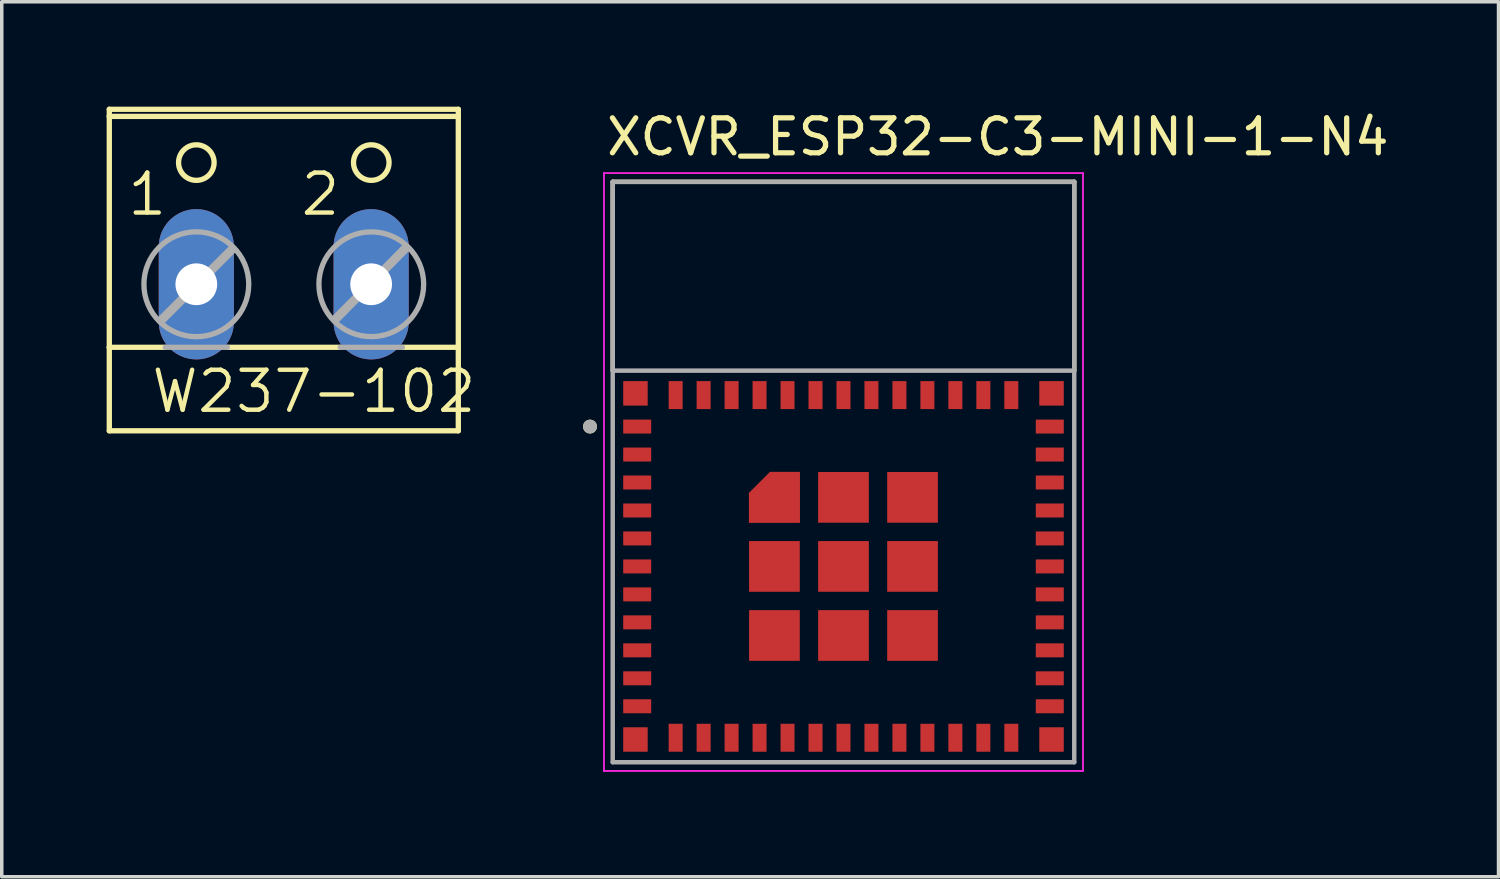
<source format=kicad_pcb>
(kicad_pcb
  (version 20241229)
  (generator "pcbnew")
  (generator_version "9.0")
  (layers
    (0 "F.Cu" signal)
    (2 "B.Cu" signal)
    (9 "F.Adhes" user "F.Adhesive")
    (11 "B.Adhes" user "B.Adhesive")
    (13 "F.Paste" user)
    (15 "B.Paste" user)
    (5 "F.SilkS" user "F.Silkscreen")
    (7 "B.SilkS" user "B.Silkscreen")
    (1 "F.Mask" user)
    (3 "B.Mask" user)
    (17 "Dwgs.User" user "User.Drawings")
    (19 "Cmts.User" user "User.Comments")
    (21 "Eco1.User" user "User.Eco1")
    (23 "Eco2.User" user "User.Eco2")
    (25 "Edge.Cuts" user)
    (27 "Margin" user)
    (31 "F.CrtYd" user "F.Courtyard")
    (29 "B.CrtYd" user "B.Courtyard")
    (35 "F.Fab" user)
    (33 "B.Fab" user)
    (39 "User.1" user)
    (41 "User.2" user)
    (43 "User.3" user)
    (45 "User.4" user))
  (footprint "XCVR_ESP32-C3-MINI-1-N4"
    (layer "F.Cu")
    (at 21.074 10.45)
    (property "Reference" "XCVR_ESP32-C3-MINI-1-N4" (at -6.85 -9 0) (layer "F.SilkS") (effects (font (size 1 1) (thickness 0.15)) (justify left bottom)))
    (fp_poly (pts (xy -1.245 1.455) (xy -2.705 1.455) (xy -2.705 0.598) (xy -2.102 -0.005) (xy -1.245 -0.005)) (stroke (width 0) (type default)) (fill yes) (layer "F.Cu"))
    (fp_poly (pts (xy -1.145 1.555) (xy -2.805 1.555) (xy -2.805 0.558) (xy -2.142 -0.105) (xy -1.145 -0.105)) (stroke (width 0) (type default)) (fill yes) (layer "F.Mask"))
    (fp_line (start -6.6 -8.3) (end 6.6 -8.3) (stroke (width 0.127) (type solid)) (layer "F.SilkS"))
    (fp_line (start -6.6 -2.92) (end -6.6 -8.3) (stroke (width 0.127) (type solid)) (layer "F.SilkS"))
    (fp_line (start 6.6 -8.3) (end 6.6 -2.92) (stroke (width 0.127) (type solid)) (layer "F.SilkS"))
    (fp_circle (center -7.25 -1.3) (end -7.15 -1.3) (stroke (width 0.2) (type solid)) (fill no) (layer "F.SilkS"))
    (fp_poly (pts (xy -1.245 1.455) (xy -2.705 1.455) (xy -2.705 0.598) (xy -2.102 -0.005) (xy -1.245 -0.005)) (stroke (width 0) (type default)) (fill yes) (layer "F.Paste"))
    (fp_line (start -6.85 -8.55) (end -6.85 8.55) (stroke (width 0.05) (type solid)) (layer "F.CrtYd"))
    (fp_line (start -6.85 8.55) (end 6.85 8.55) (stroke (width 0.05) (type solid)) (layer "F.CrtYd"))
    (fp_line (start 6.85 -8.55) (end -6.85 -8.55) (stroke (width 0.05) (type solid)) (layer "F.CrtYd"))
    (fp_line (start 6.85 8.55) (end 6.85 -8.55) (stroke (width 0.05) (type solid)) (layer "F.CrtYd"))
    (fp_line (start -6.6 -8.3) (end 6.6 -8.3) (stroke (width 0.127) (type solid)) (layer "F.Fab"))
    (fp_line (start -6.6 -2.9) (end -6.6 -8.3) (stroke (width 0.127) (type solid)) (layer "F.Fab"))
    (fp_line (start -6.6 -2.9) (end 6.6 -2.9) (stroke (width 0.127) (type solid)) (layer "F.Fab"))
    (fp_line (start -6.6 8.3) (end -6.6 -2.9) (stroke (width 0.127) (type solid)) (layer "F.Fab"))
    (fp_line (start 6.6 -8.3) (end 6.6 -2.9) (stroke (width 0.127) (type solid)) (layer "F.Fab"))
    (fp_line (start 6.6 -2.9) (end 6.6 8.3) (stroke (width 0.127) (type solid)) (layer "F.Fab"))
    (fp_line (start 6.6 8.3) (end -6.6 8.3) (stroke (width 0.127) (type solid)) (layer "F.Fab"))
    (fp_circle (center -7.25 -1.3) (end -7.15 -1.3) (stroke (width 0.2) (type solid)) (fill no) (layer "F.Fab"))
    (pad "1" smd rect (at -5.9 -1.3) (size 0.8 0.4) (layers "F.Cu" "F.Mask" "F.Paste"))
    (pad "2" smd rect (at -5.9 -0.5) (size 0.8 0.4) (layers "F.Cu" "F.Mask" "F.Paste"))
    (pad "3" smd rect (at -5.9 0.3) (size 0.8 0.4) (layers "F.Cu" "F.Mask" "F.Paste"))
    (pad "4" smd rect (at -5.9 1.1) (size 0.8 0.4) (layers "F.Cu" "F.Mask" "F.Paste"))
    (pad "5" smd rect (at -5.9 1.9) (size 0.8 0.4) (layers "F.Cu" "F.Mask" "F.Paste"))
    (pad "6" smd rect (at -5.9 2.7) (size 0.8 0.4) (layers "F.Cu" "F.Mask" "F.Paste"))
    (pad "7" smd rect (at -5.9 3.5) (size 0.8 0.4) (layers "F.Cu" "F.Mask" "F.Paste"))
    (pad "8" smd rect (at -5.9 4.3) (size 0.8 0.4) (layers "F.Cu" "F.Mask" "F.Paste"))
    (pad "9" smd rect (at -5.9 5.1) (size 0.8 0.4) (layers "F.Cu" "F.Mask" "F.Paste"))
    (pad "10" smd rect (at -5.9 5.9) (size 0.8 0.4) (layers "F.Cu" "F.Mask" "F.Paste"))
    (pad "11" smd rect (at -5.9 6.7) (size 0.8 0.4) (layers "F.Cu" "F.Mask" "F.Paste"))
    (pad "12" smd rect (at -4.8 7.6) (size 0.4 0.8) (layers "F.Cu" "F.Mask" "F.Paste"))
    (pad "13" smd rect (at -4 7.6) (size 0.4 0.8) (layers "F.Cu" "F.Mask" "F.Paste"))
    (pad "14" smd rect (at -3.2 7.6) (size 0.4 0.8) (layers "F.Cu" "F.Mask" "F.Paste"))
    (pad "15" smd rect (at -2.4 7.6) (size 0.4 0.8) (layers "F.Cu" "F.Mask" "F.Paste"))
    (pad "16" smd rect (at -1.6 7.6) (size 0.4 0.8) (layers "F.Cu" "F.Mask" "F.Paste"))
    (pad "17" smd rect (at -0.8 7.6) (size 0.4 0.8) (layers "F.Cu" "F.Mask" "F.Paste"))
    (pad "18" smd rect (at 0 7.6) (size 0.4 0.8) (layers "F.Cu" "F.Mask" "F.Paste"))
    (pad "19" smd rect (at 0.8 7.6) (size 0.4 0.8) (layers "F.Cu" "F.Mask" "F.Paste"))
    (pad "20" smd rect (at 1.6 7.6) (size 0.4 0.8) (layers "F.Cu" "F.Mask" "F.Paste"))
    (pad "21" smd rect (at 2.4 7.6) (size 0.4 0.8) (layers "F.Cu" "F.Mask" "F.Paste"))
    (pad "22" smd rect (at 3.2 7.6) (size 0.4 0.8) (layers "F.Cu" "F.Mask" "F.Paste"))
    (pad "23" smd rect (at 4 7.6) (size 0.4 0.8) (layers "F.Cu" "F.Mask" "F.Paste"))
    (pad "24" smd rect (at 4.8 7.6) (size 0.4 0.8) (layers "F.Cu" "F.Mask" "F.Paste"))
    (pad "25" smd rect (at 5.9 6.7) (size 0.8 0.4) (layers "F.Cu" "F.Mask" "F.Paste"))
    (pad "26" smd rect (at 5.9 5.9) (size 0.8 0.4) (layers "F.Cu" "F.Mask" "F.Paste"))
    (pad "27" smd rect (at 5.9 5.1) (size 0.8 0.4) (layers "F.Cu" "F.Mask" "F.Paste"))
    (pad "28" smd rect (at 5.9 4.3) (size 0.8 0.4) (layers "F.Cu" "F.Mask" "F.Paste"))
    (pad "29" smd rect (at 5.9 3.5) (size 0.8 0.4) (layers "F.Cu" "F.Mask" "F.Paste"))
    (pad "30" smd rect (at 5.9 2.7) (size 0.8 0.4) (layers "F.Cu" "F.Mask" "F.Paste"))
    (pad "31" smd rect (at 5.9 1.9) (size 0.8 0.4) (layers "F.Cu" "F.Mask" "F.Paste"))
    (pad "32" smd rect (at 5.9 1.1) (size 0.8 0.4) (layers "F.Cu" "F.Mask" "F.Paste"))
    (pad "33" smd rect (at 5.9 0.3) (size 0.8 0.4) (layers "F.Cu" "F.Mask" "F.Paste"))
    (pad "34" smd rect (at 5.9 -0.5) (size 0.8 0.4) (layers "F.Cu" "F.Mask" "F.Paste"))
    (pad "35" smd rect (at 5.9 -1.3) (size 0.8 0.4) (layers "F.Cu" "F.Mask" "F.Paste"))
    (pad "36" smd rect (at 4.8 -2.2) (size 0.4 0.8) (layers "F.Cu" "F.Mask" "F.Paste"))
    (pad "37" smd rect (at 4 -2.2) (size 0.4 0.8) (layers "F.Cu" "F.Mask" "F.Paste"))
    (pad "38" smd rect (at 3.2 -2.2) (size 0.4 0.8) (layers "F.Cu" "F.Mask" "F.Paste"))
    (pad "39" smd rect (at 2.4 -2.2) (size 0.4 0.8) (layers "F.Cu" "F.Mask" "F.Paste"))
    (pad "40" smd rect (at 1.6 -2.2) (size 0.4 0.8) (layers "F.Cu" "F.Mask" "F.Paste"))
    (pad "41" smd rect (at 0.8 -2.2) (size 0.4 0.8) (layers "F.Cu" "F.Mask" "F.Paste"))
    (pad "42" smd rect (at 0 -2.2) (size 0.4 0.8) (layers "F.Cu" "F.Mask" "F.Paste"))
    (pad "43" smd rect (at -0.8 -2.2) (size 0.4 0.8) (layers "F.Cu" "F.Mask" "F.Paste"))
    (pad "44" smd rect (at -1.6 -2.2) (size 0.4 0.8) (layers "F.Cu" "F.Mask" "F.Paste"))
    (pad "45" smd rect (at -2.4 -2.2) (size 0.4 0.8) (layers "F.Cu" "F.Mask" "F.Paste"))
    (pad "46" smd rect (at -3.2 -2.2) (size 0.4 0.8) (layers "F.Cu" "F.Mask" "F.Paste"))
    (pad "47" smd rect (at -4 -2.2) (size 0.4 0.8) (layers "F.Cu" "F.Mask" "F.Paste"))
    (pad "48" smd rect (at -4.8 -2.2) (size 0.4 0.8) (layers "F.Cu" "F.Mask" "F.Paste"))
    (pad "49_1" smd rect (at -1.975 0.725) (size 0.6 0.6) (layers "F.Cu"))
    (pad "49_2" smd rect (at 0 0.725) (size 1.45 1.45) (layers "F.Cu" "F.Mask" "F.Paste"))
    (pad "49_3" smd rect (at 1.975 0.725) (size 1.45 1.45) (layers "F.Cu" "F.Mask" "F.Paste"))
    (pad "49_4" smd rect (at 1.975 2.7) (size 1.45 1.45) (layers "F.Cu" "F.Mask" "F.Paste"))
    (pad "49_5" smd rect (at 1.975 4.675) (size 1.45 1.45) (layers "F.Cu" "F.Mask" "F.Paste"))
    (pad "49_6" smd rect (at 0 4.675) (size 1.45 1.45) (layers "F.Cu" "F.Mask" "F.Paste"))
    (pad "49_7" smd rect (at -1.975 4.675) (size 1.45 1.45) (layers "F.Cu" "F.Mask" "F.Paste"))
    (pad "49_8" smd rect (at -1.975 2.7) (size 1.45 1.45) (layers "F.Cu" "F.Mask" "F.Paste"))
    (pad "49_9" smd rect (at 0 2.7) (size 1.45 1.45) (layers "F.Cu" "F.Mask" "F.Paste"))
    (pad "50" smd rect (at 5.95 -2.25) (size 0.7 0.7) (layers "F.Cu" "F.Mask" "F.Paste"))
    (pad "51" smd rect (at 5.95 7.65) (size 0.7 0.7) (layers "F.Cu" "F.Mask" "F.Paste"))
    (pad "52" smd rect (at -5.95 7.65) (size 0.7 0.7) (layers "F.Cu" "F.Mask" "F.Paste"))
    (pad "53" smd rect (at -5.95 -2.25) (size 0.7 0.7) (layers "F.Cu" "F.Mask" "F.Paste"))
    (zone (net_name "") (layer "F.Cu") (hatch edge 0.5) (connect_pads) (min_thickness 0.25) (filled_areas_thickness no) (keepout (tracks not_allowed) (vias not_allowed) (pads not_allowed) (copperpour not_allowed) (footprints allowed)) (placement (enabled no)) (fill) (polygon (pts (xy 14.474 7.55) (xy 27.674 7.55) (xy 27.674 2.15) (xy 14.474 2.15))))
    (zone (net_name "") (layers "F.Cu" "B.Cu") (hatch edge 0.5) (connect_pads) (min_thickness 0.25) (filled_areas_thickness no) (keepout (tracks allowed) (vias not_allowed) (pads allowed) (copperpour allowed) (footprints allowed)) (placement (enabled no)) (fill) (polygon (pts (xy 14.474 7.55) (xy 27.674 7.55) (xy 27.674 2.15) (xy 14.474 2.15))))
    (zone (net_name "") (layer "B.Cu") (hatch edge 0.5) (connect_pads) (min_thickness 0.25) (filled_areas_thickness no) (keepout (tracks not_allowed) (vias not_allowed) (pads not_allowed) (copperpour not_allowed) (footprints allowed)) (placement (enabled no)) (fill) (polygon (pts (xy 14.474 7.55) (xy 27.674 7.55) (xy 27.674 2.15) (xy 14.474 2.15)))))
  (footprint "W237-102"
    (layer "F.Cu")
    (at 5.065 3.81)
    (property "Reference" "W237-102" (at -3.846 5.004 0) (layer "F.SilkS") (effects (font (size 1.143 1.143) (thickness 0.127)) (justify left bottom)))
    (fp_line (start -4.989 -3.531) (end -4.989 -3.734) (stroke (width 0.152) (type solid)) (layer "F.SilkS"))
    (fp_line (start -4.989 -3.531) (end 4.993 -3.531) (stroke (width 0.152) (type solid)) (layer "F.SilkS"))
    (fp_line (start -4.989 3.073) (end -4.989 -3.531) (stroke (width 0.152) (type solid)) (layer "F.SilkS"))
    (fp_line (start -4.989 3.073) (end -3.389 3.073) (stroke (width 0.152) (type solid)) (layer "F.SilkS"))
    (fp_line (start -4.989 5.461) (end -4.989 3.073) (stroke (width 0.152) (type solid)) (layer "F.SilkS"))
    (fp_line (start -4.989 5.461) (end 4.993 5.461) (stroke (width 0.152) (type solid)) (layer "F.SilkS"))
    (fp_line (start -1.611 3.073) (end 1.615 3.073) (stroke (width 0.152) (type solid)) (layer "F.SilkS"))
    (fp_line (start 3.393 3.073) (end 4.993 3.073) (stroke (width 0.152) (type solid)) (layer "F.SilkS"))
    (fp_line (start 4.993 -3.734) (end -4.989 -3.734) (stroke (width 0.152) (type solid)) (layer "F.SilkS"))
    (fp_line (start 4.993 -3.734) (end 4.993 -3.531) (stroke (width 0.152) (type solid)) (layer "F.SilkS"))
    (fp_line (start 4.993 -3.531) (end 4.993 3.073) (stroke (width 0.152) (type solid)) (layer "F.SilkS"))
    (fp_line (start 4.993 3.073) (end 4.993 5.461) (stroke (width 0.152) (type solid)) (layer "F.SilkS"))
    (fp_circle (center -2.5 -2.21) (end -1.992 -2.21) (stroke (width 0.152) (type solid)) (fill no) (layer "F.SilkS"))
    (fp_circle (center 2.504 -2.21) (end 3.012 -2.21) (stroke (width 0.152) (type solid)) (fill no) (layer "F.SilkS"))
    (fp_line (start -3.491 2.286) (end -1.484 0.279) (stroke (width 0.254) (type solid)) (layer "F.Fab"))
    (fp_line (start -3.389 3.073) (end -1.611 3.073) (stroke (width 0.152) (type solid)) (layer "F.Fab"))
    (fp_line (start 1.488 2.261) (end 3.469 0.254) (stroke (width 0.254) (type solid)) (layer "F.Fab"))
    (fp_line (start 1.615 3.073) (end 3.393 3.073) (stroke (width 0.152) (type solid)) (layer "F.Fab"))
    (fp_circle (center -2.5 1.27) (end -1.001 1.27) (stroke (width 0.152) (type solid)) (fill no) (layer "F.Fab"))
    (fp_circle (center 2.504 1.27) (end 4.002 1.27) (stroke (width 0.152) (type solid)) (fill no) (layer "F.Fab"))
    (fp_text user "1" (at -4.532 -0.635 0) (layer "F.SilkS") (effects (font (size 1.143 1.143) (thickness 0.127)) (justify left bottom)))
    (fp_text user "2" (at 0.421 -0.635 0) (layer "F.SilkS") (effects (font (size 1.143 1.143) (thickness 0.127)) (justify left bottom)))
    (pad "1" thru_hole oval (at -2.5 1.27 90) (size 4.298 2.149) (drill 1.194) (layers "*.Cu" "*.Mask"))
    (pad "2" thru_hole oval (at 2.5 1.27 90) (size 4.298 2.149) (drill 1.194) (layers "*.Cu" "*.Mask")))
  (gr_rect
    (start -3 -3)
    (end 39.808 22.025)
    (stroke (width 0.1) (type default))
    (fill no)
    (layer "Edge.Cuts")))
</source>
